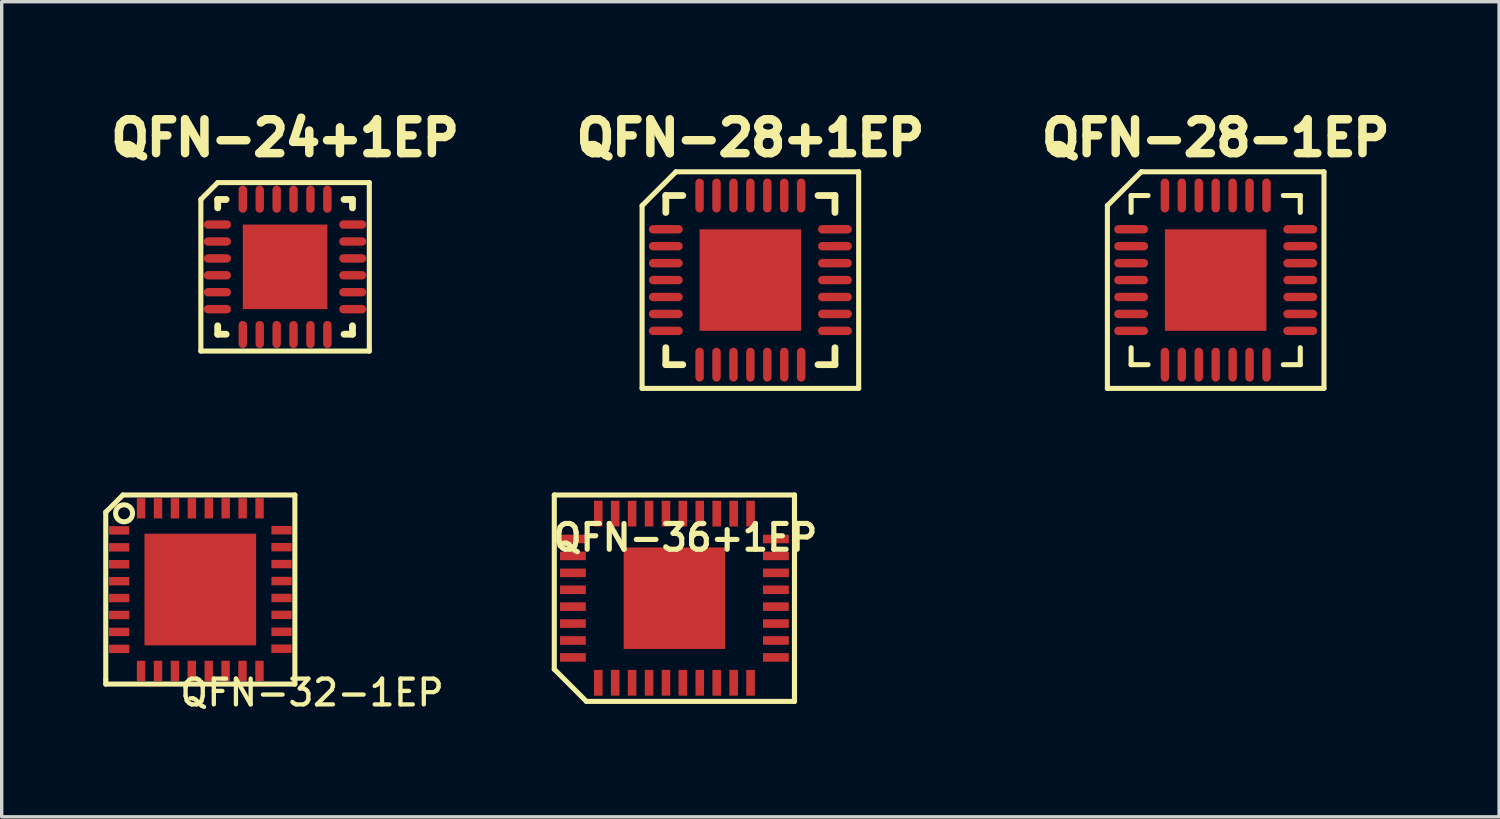
<source format=kicad_pcb>
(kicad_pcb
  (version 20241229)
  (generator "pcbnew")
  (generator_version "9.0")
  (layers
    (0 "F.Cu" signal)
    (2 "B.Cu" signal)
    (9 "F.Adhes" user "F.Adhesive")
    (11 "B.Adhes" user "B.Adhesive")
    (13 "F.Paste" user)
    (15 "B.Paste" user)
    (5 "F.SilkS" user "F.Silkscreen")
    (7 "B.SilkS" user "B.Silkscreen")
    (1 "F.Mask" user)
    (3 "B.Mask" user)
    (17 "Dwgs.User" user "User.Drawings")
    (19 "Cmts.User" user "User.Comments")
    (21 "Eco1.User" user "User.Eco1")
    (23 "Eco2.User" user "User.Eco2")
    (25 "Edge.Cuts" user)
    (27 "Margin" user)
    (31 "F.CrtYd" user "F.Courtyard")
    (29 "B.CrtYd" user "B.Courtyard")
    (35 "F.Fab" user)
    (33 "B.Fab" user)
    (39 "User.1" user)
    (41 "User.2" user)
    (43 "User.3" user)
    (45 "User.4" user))
  (footprint "QFN-24+1EP"
    (layer "F.Cu")
    (at 5.374 4.835)
    (property "Reference" "QFN-24+1EP" (at 0 -3.81 0) (layer "F.SilkS") (effects (font (size 1.001 1.001) (thickness 0.305))))
    (attr through_hole)
    (fp_line (start -2.489 -1.991) (end -2.489 2.489) (stroke (width 0.15) (type solid)) (layer "F.SilkS"))
    (fp_line (start -2.489 -1.991) (end -1.991 -2.489) (stroke (width 0.15) (type solid)) (layer "F.SilkS"))
    (fp_line (start -1.991 -2.489) (end 2.489 -2.489) (stroke (width 0.15) (type solid)) (layer "F.SilkS"))
    (fp_line (start -1.991 -1.991) (end -1.742 -1.991) (stroke (width 0.201) (type solid)) (layer "F.SilkS"))
    (fp_line (start -1.991 -1.742) (end -1.991 -1.991) (stroke (width 0.201) (type solid)) (layer "F.SilkS"))
    (fp_line (start -1.991 1.991) (end -1.991 1.742) (stroke (width 0.201) (type solid)) (layer "F.SilkS"))
    (fp_line (start -1.742 1.991) (end -1.991 1.991) (stroke (width 0.201) (type solid)) (layer "F.SilkS"))
    (fp_line (start 1.742 -1.991) (end 1.991 -1.991) (stroke (width 0.201) (type solid)) (layer "F.SilkS"))
    (fp_line (start 1.991 -1.991) (end 1.991 -1.742) (stroke (width 0.201) (type solid)) (layer "F.SilkS"))
    (fp_line (start 1.991 1.742) (end 1.991 1.991) (stroke (width 0.201) (type solid)) (layer "F.SilkS"))
    (fp_line (start 1.991 1.991) (end 1.742 1.991) (stroke (width 0.201) (type solid)) (layer "F.SilkS"))
    (fp_line (start 2.489 -2.489) (end 2.489 2.489) (stroke (width 0.15) (type solid)) (layer "F.SilkS"))
    (fp_line (start 2.489 2.489) (end -2.489 2.489) (stroke (width 0.15) (type solid)) (layer "F.SilkS"))
    (pad "1" smd oval (at -1.999 -1.25) (size 0.8 0.249) (layers "F.Cu" "F.Mask" "F.Paste"))
    (pad "2" smd oval (at -1.999 -0.749) (size 0.8 0.249) (layers "F.Cu" "F.Mask" "F.Paste"))
    (pad "3" smd oval (at -1.999 -0.249) (size 0.8 0.249) (layers "F.Cu" "F.Mask" "F.Paste"))
    (pad "4" smd oval (at -1.999 0.249) (size 0.8 0.249) (layers "F.Cu" "F.Mask" "F.Paste"))
    (pad "5" smd oval (at -1.999 0.749) (size 0.8 0.249) (layers "F.Cu" "F.Mask" "F.Paste"))
    (pad "6" smd oval (at -1.999 1.25) (size 0.8 0.249) (layers "F.Cu" "F.Mask" "F.Paste"))
    (pad "7" smd oval (at -1.25 1.999 90) (size 0.8 0.249) (layers "F.Cu" "F.Mask" "F.Paste"))
    (pad "8" smd oval (at -0.749 1.999 90) (size 0.8 0.249) (layers "F.Cu" "F.Mask" "F.Paste"))
    (pad "9" smd oval (at -0.249 1.999 90) (size 0.8 0.249) (layers "F.Cu" "F.Mask" "F.Paste"))
    (pad "10" smd oval (at 0.249 1.999 90) (size 0.8 0.249) (layers "F.Cu" "F.Mask" "F.Paste"))
    (pad "11" smd oval (at 0.749 1.999 90) (size 0.8 0.249) (layers "F.Cu" "F.Mask" "F.Paste"))
    (pad "12" smd oval (at 1.25 1.999 90) (size 0.8 0.249) (layers "F.Cu" "F.Mask" "F.Paste"))
    (pad "13" smd oval (at 1.999 1.25 180) (size 0.8 0.249) (layers "F.Cu" "F.Mask" "F.Paste"))
    (pad "14" smd oval (at 1.999 0.749 180) (size 0.8 0.249) (layers "F.Cu" "F.Mask" "F.Paste"))
    (pad "15" smd oval (at 1.999 0.249 180) (size 0.8 0.249) (layers "F.Cu" "F.Mask" "F.Paste"))
    (pad "16" smd oval (at 1.999 -0.249 180) (size 0.8 0.249) (layers "F.Cu" "F.Mask" "F.Paste"))
    (pad "17" smd oval (at 1.999 -0.749 180) (size 0.8 0.249) (layers "F.Cu" "F.Mask" "F.Paste"))
    (pad "18" smd oval (at 1.999 -1.25 180) (size 0.8 0.249) (layers "F.Cu" "F.Mask" "F.Paste"))
    (pad "19" smd oval (at 1.25 -1.999 270) (size 0.8 0.249) (layers "F.Cu" "F.Mask" "F.Paste"))
    (pad "20" smd oval (at 0.749 -1.999 270) (size 0.8 0.249) (layers "F.Cu" "F.Mask" "F.Paste"))
    (pad "21" smd oval (at 0.249 -1.999 270) (size 0.8 0.249) (layers "F.Cu" "F.Mask" "F.Paste"))
    (pad "22" smd oval (at -0.249 -1.999 270) (size 0.8 0.249) (layers "F.Cu" "F.Mask" "F.Paste"))
    (pad "23" smd oval (at -0.749 -1.999 270) (size 0.8 0.249) (layers "F.Cu" "F.Mask" "F.Paste"))
    (pad "24" smd oval (at -1.25 -1.999 270) (size 0.8 0.249) (layers "F.Cu" "F.Mask" "F.Paste"))
    (pad "25" smd rect (at 0 0 270) (size 2.499 2.499) (layers "F.Cu" "F.Mask" "F.Paste")))
  (footprint "QFN-28-1EP"
    (layer "F.Cu")
    (at 32.872 5.226)
    (property "Reference" "QFN-28-1EP" (at 0 -4.201 0) (layer "F.SilkS") (effects (font (size 1.001 1.001) (thickness 0.305))))
    (attr through_hole)
    (fp_line (start -3.2 -2.2) (end -3.2 3.2) (stroke (width 0.15) (type solid)) (layer "F.SilkS"))
    (fp_line (start -3.2 3.2) (end 3.2 3.2) (stroke (width 0.15) (type solid)) (layer "F.SilkS"))
    (fp_line (start -2.499 -2.499) (end -2.499 -1.999) (stroke (width 0.15) (type solid)) (layer "F.SilkS"))
    (fp_line (start -2.499 1.999) (end -2.499 2.499) (stroke (width 0.15) (type solid)) (layer "F.SilkS"))
    (fp_line (start -2.499 2.499) (end -1.999 2.499) (stroke (width 0.15) (type solid)) (layer "F.SilkS"))
    (fp_line (start -2.2 -3.2) (end -3.2 -2.2) (stroke (width 0.15) (type solid)) (layer "F.SilkS"))
    (fp_line (start -1.999 -2.499) (end -2.499 -2.499) (stroke (width 0.15) (type solid)) (layer "F.SilkS"))
    (fp_line (start 1.999 2.499) (end 2.499 2.499) (stroke (width 0.15) (type solid)) (layer "F.SilkS"))
    (fp_line (start 2.499 -2.499) (end 1.999 -2.499) (stroke (width 0.15) (type solid)) (layer "F.SilkS"))
    (fp_line (start 2.499 -1.999) (end 2.499 -2.499) (stroke (width 0.15) (type solid)) (layer "F.SilkS"))
    (fp_line (start 2.499 2.499) (end 2.499 1.999) (stroke (width 0.15) (type solid)) (layer "F.SilkS"))
    (fp_line (start 3.2 -3.2) (end -2.2 -3.2) (stroke (width 0.15) (type solid)) (layer "F.SilkS"))
    (fp_line (start 3.2 3.2) (end 3.2 -3.2) (stroke (width 0.15) (type solid)) (layer "F.SilkS"))
    (pad "1" smd oval (at -2.499 -1.501) (size 1.001 0.249) (layers "F.Cu" "F.Mask" "F.Paste"))
    (pad "2" smd oval (at -2.499 -1.001) (size 1.001 0.249) (layers "F.Cu" "F.Mask" "F.Paste"))
    (pad "3" smd oval (at -2.499 -0.5) (size 1.001 0.249) (layers "F.Cu" "F.Mask" "F.Paste"))
    (pad "4" smd oval (at -2.499 0) (size 1.001 0.249) (layers "F.Cu" "F.Mask" "F.Paste"))
    (pad "5" smd oval (at -2.499 0.5) (size 1.001 0.249) (layers "F.Cu" "F.Mask" "F.Paste"))
    (pad "6" smd oval (at -2.499 1.001) (size 1.001 0.249) (layers "F.Cu" "F.Mask" "F.Paste"))
    (pad "7" smd oval (at -2.499 1.501) (size 1.001 0.249) (layers "F.Cu" "F.Mask" "F.Paste"))
    (pad "8" smd oval (at -1.501 2.499 90) (size 1.001 0.249) (layers "F.Cu" "F.Mask" "F.Paste"))
    (pad "9" smd oval (at -1.001 2.499 90) (size 1.001 0.249) (layers "F.Cu" "F.Mask" "F.Paste"))
    (pad "10" smd oval (at -0.5 2.499 90) (size 1.001 0.249) (layers "F.Cu" "F.Mask" "F.Paste"))
    (pad "11" smd oval (at 0 2.499 90) (size 1.001 0.249) (layers "F.Cu" "F.Mask" "F.Paste"))
    (pad "12" smd oval (at 0.5 2.499 90) (size 1.001 0.249) (layers "F.Cu" "F.Mask" "F.Paste"))
    (pad "13" smd oval (at 1.001 2.499 90) (size 1.001 0.249) (layers "F.Cu" "F.Mask" "F.Paste"))
    (pad "14" smd oval (at 1.501 2.499 90) (size 1.001 0.249) (layers "F.Cu" "F.Mask" "F.Paste"))
    (pad "15" smd oval (at 2.499 1.501 180) (size 1.001 0.249) (layers "F.Cu" "F.Mask" "F.Paste"))
    (pad "16" smd oval (at 2.499 1.001 180) (size 1.001 0.249) (layers "F.Cu" "F.Mask" "F.Paste"))
    (pad "17" smd oval (at 2.499 0.5 180) (size 1.001 0.249) (layers "F.Cu" "F.Mask" "F.Paste"))
    (pad "18" smd oval (at 2.499 0 180) (size 1.001 0.249) (layers "F.Cu" "F.Mask" "F.Paste"))
    (pad "19" smd oval (at 2.499 -0.5 180) (size 1.001 0.249) (layers "F.Cu" "F.Mask" "F.Paste"))
    (pad "20" smd oval (at 2.499 -1.001 180) (size 1.001 0.249) (layers "F.Cu" "F.Mask" "F.Paste"))
    (pad "21" smd oval (at 2.499 -1.501 180) (size 1.001 0.249) (layers "F.Cu" "F.Mask" "F.Paste"))
    (pad "22" smd oval (at 1.501 -2.499 270) (size 1.001 0.249) (layers "F.Cu" "F.Mask" "F.Paste"))
    (pad "23" smd oval (at 1.001 -2.499 270) (size 1.001 0.249) (layers "F.Cu" "F.Mask" "F.Paste"))
    (pad "24" smd oval (at 0.5 -2.499 270) (size 1.001 0.249) (layers "F.Cu" "F.Mask" "F.Paste"))
    (pad "25" smd oval (at 0 -2.499 270) (size 1.001 0.249) (layers "F.Cu" "F.Mask" "F.Paste"))
    (pad "26" smd oval (at -0.5 -2.499 270) (size 1.001 0.249) (layers "F.Cu" "F.Mask" "F.Paste"))
    (pad "27" smd oval (at -1.001 -2.499 270) (size 1.001 0.249) (layers "F.Cu" "F.Mask" "F.Paste"))
    (pad "28" smd oval (at -1.501 -2.499 270) (size 1.001 0.249) (layers "F.Cu" "F.Mask" "F.Paste"))
    (pad "29" smd rect (at 0 0 270) (size 3 3) (layers "F.Cu")))
  (footprint "QFN-36+1EP"
    (layer "F.Cu")
    (at 16.878 14.626)
    (property "Reference" "QFN-36+1EP" (at 0.325 -1.791 0) (layer "F.SilkS") (effects (font (size 0.762 0.762) (thickness 0.152))))
    (attr smd)
    (fp_line (start -3.55 -3.05) (end 3.55 -3.05) (stroke (width 0.15) (type solid)) (layer "F.SilkS"))
    (fp_line (start -3.55 2.1) (end -3.55 -3.05) (stroke (width 0.15) (type solid)) (layer "F.SilkS"))
    (fp_line (start -2.6 3.05) (end -3.55 2.1) (stroke (width 0.15) (type solid)) (layer "F.SilkS"))
    (fp_line (start -2.6 3.05) (end 3.55 3.05) (stroke (width 0.15) (type solid)) (layer "F.SilkS"))
    (fp_line (start 3.548 -3.048) (end 3.548 3.048) (stroke (width 0.152) (type solid)) (layer "F.SilkS"))
    (pad "1" smd rect (at -2.25 2.5) (size 0.254 0.762) (layers "F.Cu" "F.Mask" "F.Paste"))
    (pad "2" smd rect (at -1.75 2.499) (size 0.254 0.762) (layers "F.Cu" "F.Mask" "F.Paste"))
    (pad "3" smd rect (at -1.25 2.499) (size 0.254 0.762) (layers "F.Cu" "F.Mask" "F.Paste"))
    (pad "4" smd rect (at -0.749 2.499) (size 0.254 0.762) (layers "F.Cu" "F.Mask" "F.Paste"))
    (pad "5" smd rect (at -0.249 2.499) (size 0.254 0.762) (layers "F.Cu" "F.Mask" "F.Paste"))
    (pad "6" smd rect (at 0.249 2.499) (size 0.254 0.762) (layers "F.Cu" "F.Mask" "F.Paste"))
    (pad "7" smd rect (at 0.749 2.499) (size 0.254 0.762) (layers "F.Cu" "F.Mask" "F.Paste"))
    (pad "8" smd rect (at 1.25 2.499) (size 0.254 0.762) (layers "F.Cu" "F.Mask" "F.Paste"))
    (pad "9" smd rect (at 1.75 2.499) (size 0.254 0.762) (layers "F.Cu" "F.Mask" "F.Paste"))
    (pad "10" smd rect (at 2.25 2.5) (size 0.254 0.762) (layers "F.Cu" "F.Mask" "F.Paste"))
    (pad "11" smd rect (at 2.999 1.75 90) (size 0.254 0.762) (layers "F.Cu" "F.Mask" "F.Paste"))
    (pad "12" smd rect (at 2.999 1.25 90) (size 0.254 0.762) (layers "F.Cu" "F.Mask" "F.Paste"))
    (pad "13" smd rect (at 2.999 0.749 90) (size 0.254 0.762) (layers "F.Cu" "F.Mask" "F.Paste"))
    (pad "14" smd rect (at 2.999 0.249 90) (size 0.254 0.762) (layers "F.Cu" "F.Mask" "F.Paste"))
    (pad "15" smd rect (at 2.999 -0.249 90) (size 0.254 0.762) (layers "F.Cu" "F.Mask" "F.Paste"))
    (pad "16" smd rect (at 2.999 -0.749 90) (size 0.254 0.762) (layers "F.Cu" "F.Mask" "F.Paste"))
    (pad "17" smd rect (at 2.999 -1.25 90) (size 0.254 0.762) (layers "F.Cu" "F.Mask" "F.Paste"))
    (pad "18" smd rect (at 2.999 -1.75 90) (size 0.254 0.762) (layers "F.Cu" "F.Mask" "F.Paste"))
    (pad "19" smd rect (at 2.25 -2.5) (size 0.254 0.762) (layers "F.Cu" "F.Mask" "F.Paste"))
    (pad "20" smd rect (at 1.75 -2.499) (size 0.254 0.762) (layers "F.Cu" "F.Mask" "F.Paste"))
    (pad "21" smd rect (at 1.25 -2.499) (size 0.254 0.762) (layers "F.Cu" "F.Mask" "F.Paste"))
    (pad "22" smd rect (at 0.749 -2.499) (size 0.254 0.762) (layers "F.Cu" "F.Mask" "F.Paste"))
    (pad "23" smd rect (at 0.249 -2.499) (size 0.254 0.762) (layers "F.Cu" "F.Mask" "F.Paste"))
    (pad "24" smd rect (at -0.249 -2.499) (size 0.254 0.762) (layers "F.Cu" "F.Mask" "F.Paste"))
    (pad "25" smd rect (at -0.749 -2.499) (size 0.254 0.762) (layers "F.Cu" "F.Mask" "F.Paste"))
    (pad "26" smd rect (at -1.25 -2.499) (size 0.254 0.762) (layers "F.Cu" "F.Mask" "F.Paste"))
    (pad "27" smd rect (at -1.75 -2.499) (size 0.254 0.762) (layers "F.Cu" "F.Mask" "F.Paste"))
    (pad "28" smd rect (at -2.25 -2.5) (size 0.254 0.762) (layers "F.Cu" "F.Mask" "F.Paste"))
    (pad "29" smd rect (at -2.999 -1.75 90) (size 0.254 0.762) (layers "F.Cu" "F.Mask" "F.Paste"))
    (pad "30" smd rect (at -2.999 -1.25 90) (size 0.254 0.762) (layers "F.Cu" "F.Mask" "F.Paste"))
    (pad "31" smd rect (at -2.999 -0.749 90) (size 0.254 0.762) (layers "F.Cu" "F.Mask" "F.Paste"))
    (pad "32" smd rect (at -2.999 -0.249 90) (size 0.254 0.762) (layers "F.Cu" "F.Mask" "F.Paste"))
    (pad "33" smd rect (at -2.999 0.249 90) (size 0.254 0.762) (layers "F.Cu" "F.Mask" "F.Paste"))
    (pad "34" smd rect (at -2.999 0.749 90) (size 0.254 0.762) (layers "F.Cu" "F.Mask" "F.Paste"))
    (pad "35" smd rect (at -2.999 1.25 90) (size 0.254 0.762) (layers "F.Cu" "F.Mask" "F.Paste"))
    (pad "36" smd rect (at -2.999 1.75 90) (size 0.254 0.762) (layers "F.Cu" "F.Mask" "F.Paste"))
    (pad "37" smd rect (at 0 0) (size 3 3) (layers "F.Cu" "F.Mask" "F.Paste")))
  (footprint "QFN-28+1EP"
    (layer "F.Cu")
    (at 19.123 5.226)
    (property "Reference" "QFN-28+1EP" (at 0 -4.201 0) (layer "F.SilkS") (effects (font (size 1.001 1.001) (thickness 0.305))))
    (attr through_hole)
    (fp_line (start -3.2 -2.2) (end -3.2 3.2) (stroke (width 0.15) (type solid)) (layer "F.SilkS"))
    (fp_line (start -3.2 3.2) (end 3.2 3.2) (stroke (width 0.15) (type solid)) (layer "F.SilkS"))
    (fp_line (start -2.499 -2.499) (end -2.499 -1.999) (stroke (width 0.201) (type solid)) (layer "F.SilkS"))
    (fp_line (start -2.499 1.999) (end -2.499 2.499) (stroke (width 0.201) (type solid)) (layer "F.SilkS"))
    (fp_line (start -2.499 2.499) (end -1.999 2.499) (stroke (width 0.201) (type solid)) (layer "F.SilkS"))
    (fp_line (start -2.2 -3.2) (end -3.2 -2.2) (stroke (width 0.15) (type solid)) (layer "F.SilkS"))
    (fp_line (start -1.999 -2.499) (end -2.499 -2.499) (stroke (width 0.201) (type solid)) (layer "F.SilkS"))
    (fp_line (start 1.999 2.499) (end 2.499 2.499) (stroke (width 0.201) (type solid)) (layer "F.SilkS"))
    (fp_line (start 2.499 -2.499) (end 1.999 -2.499) (stroke (width 0.201) (type solid)) (layer "F.SilkS"))
    (fp_line (start 2.499 -1.999) (end 2.499 -2.499) (stroke (width 0.201) (type solid)) (layer "F.SilkS"))
    (fp_line (start 2.499 2.499) (end 2.499 1.999) (stroke (width 0.201) (type solid)) (layer "F.SilkS"))
    (fp_line (start 3.2 -3.2) (end -2.2 -3.2) (stroke (width 0.15) (type solid)) (layer "F.SilkS"))
    (fp_line (start 3.2 3.2) (end 3.2 -3.2) (stroke (width 0.15) (type solid)) (layer "F.SilkS"))
    (pad "1" smd oval (at -2.499 -1.501) (size 1.001 0.249) (layers "F.Cu" "F.Mask" "F.Paste"))
    (pad "2" smd oval (at -2.499 -1.001) (size 1.001 0.249) (layers "F.Cu" "F.Mask" "F.Paste"))
    (pad "3" smd oval (at -2.499 -0.5) (size 1.001 0.249) (layers "F.Cu" "F.Mask" "F.Paste"))
    (pad "4" smd oval (at -2.499 0) (size 1.001 0.249) (layers "F.Cu" "F.Mask" "F.Paste"))
    (pad "5" smd oval (at -2.499 0.5) (size 1.001 0.249) (layers "F.Cu" "F.Mask" "F.Paste"))
    (pad "6" smd oval (at -2.499 1.001) (size 1.001 0.249) (layers "F.Cu" "F.Mask" "F.Paste"))
    (pad "7" smd oval (at -2.499 1.501) (size 1.001 0.249) (layers "F.Cu" "F.Mask" "F.Paste"))
    (pad "8" smd oval (at -1.501 2.499 90) (size 1.001 0.249) (layers "F.Cu" "F.Mask" "F.Paste"))
    (pad "9" smd oval (at -1.001 2.499 90) (size 1.001 0.249) (layers "F.Cu" "F.Mask" "F.Paste"))
    (pad "10" smd oval (at -0.5 2.499 90) (size 1.001 0.249) (layers "F.Cu" "F.Mask" "F.Paste"))
    (pad "11" smd oval (at 0 2.499 90) (size 1.001 0.249) (layers "F.Cu" "F.Mask" "F.Paste"))
    (pad "12" smd oval (at 0.5 2.499 90) (size 1.001 0.249) (layers "F.Cu" "F.Mask" "F.Paste"))
    (pad "13" smd oval (at 1.001 2.499 90) (size 1.001 0.249) (layers "F.Cu" "F.Mask" "F.Paste"))
    (pad "14" smd oval (at 1.501 2.499 90) (size 1.001 0.249) (layers "F.Cu" "F.Mask" "F.Paste"))
    (pad "15" smd oval (at 2.499 1.501 180) (size 1.001 0.249) (layers "F.Cu" "F.Mask" "F.Paste"))
    (pad "16" smd oval (at 2.499 1.001 180) (size 1.001 0.249) (layers "F.Cu" "F.Mask" "F.Paste"))
    (pad "17" smd oval (at 2.499 0.5 180) (size 1.001 0.249) (layers "F.Cu" "F.Mask" "F.Paste"))
    (pad "18" smd oval (at 2.499 0 180) (size 1.001 0.249) (layers "F.Cu" "F.Mask" "F.Paste"))
    (pad "19" smd oval (at 2.499 -0.5 180) (size 1.001 0.249) (layers "F.Cu" "F.Mask" "F.Paste"))
    (pad "20" smd oval (at 2.499 -1.001 180) (size 1.001 0.249) (layers "F.Cu" "F.Mask" "F.Paste"))
    (pad "21" smd oval (at 2.499 -1.501 180) (size 1.001 0.249) (layers "F.Cu" "F.Mask" "F.Paste"))
    (pad "22" smd oval (at 1.501 -2.499 270) (size 1.001 0.249) (layers "F.Cu" "F.Mask" "F.Paste"))
    (pad "23" smd oval (at 1.001 -2.499 270) (size 1.001 0.249) (layers "F.Cu" "F.Mask" "F.Paste"))
    (pad "24" smd oval (at 0.5 -2.499 270) (size 1.001 0.249) (layers "F.Cu" "F.Mask" "F.Paste"))
    (pad "25" smd oval (at 0 -2.499 270) (size 1.001 0.249) (layers "F.Cu" "F.Mask" "F.Paste"))
    (pad "26" smd oval (at -0.5 -2.499 270) (size 1.001 0.249) (layers "F.Cu" "F.Mask" "F.Paste"))
    (pad "27" smd oval (at -1.001 -2.499 270) (size 1.001 0.249) (layers "F.Cu" "F.Mask" "F.Paste"))
    (pad "28" smd oval (at -1.501 -2.499 270) (size 1.001 0.249) (layers "F.Cu" "F.Mask" "F.Paste"))
    (pad "29" smd rect (at 0 0 270) (size 3 3) (layers "F.Cu")))
  (footprint "QFN-32-1EP"
    (layer "F.Cu")
    (at 2.869 14.37)
    (property "Reference" "QFN-32-1EP" (at 3.302 3.048 0) (layer "F.SilkS") (effects (font (size 0.762 0.762) (thickness 0.127))))
    (attr smd)
    (fp_line (start -2.794 -2.286) (end -2.286 -2.794) (stroke (width 0.15) (type solid)) (layer "F.SilkS"))
    (fp_line (start -2.794 2.667) (end -2.794 -2.286) (stroke (width 0.15) (type solid)) (layer "F.SilkS"))
    (fp_line (start -2.794 2.794) (end -2.794 2.667) (stroke (width 0.15) (type solid)) (layer "F.SilkS"))
    (fp_line (start -2.286 -2.794) (end 2.794 -2.794) (stroke (width 0.15) (type solid)) (layer "F.SilkS"))
    (fp_line (start 2.794 -2.794) (end 2.794 2.794) (stroke (width 0.15) (type solid)) (layer "F.SilkS"))
    (fp_line (start 2.794 2.794) (end -2.794 2.794) (stroke (width 0.15) (type solid)) (layer "F.SilkS"))
    (fp_circle (center -2.253 -2.253) (end -2.253 -2.504) (stroke (width 0.15) (type solid)) (fill no) (layer "F.SilkS"))
    (pad "1" smd rect (at -2.398 -1.748) (size 0.599 0.249) (layers "F.Cu" "F.Mask" "F.Paste"))
    (pad "2" smd rect (at -2.398 -1.247) (size 0.599 0.249) (layers "F.Cu" "F.Mask" "F.Paste"))
    (pad "3" smd rect (at -2.398 -0.747) (size 0.599 0.249) (layers "F.Cu" "F.Mask" "F.Paste"))
    (pad "4" smd rect (at -2.398 -0.246) (size 0.599 0.249) (layers "F.Cu" "F.Mask" "F.Paste"))
    (pad "5" smd rect (at -2.398 0.251) (size 0.599 0.249) (layers "F.Cu" "F.Mask" "F.Paste"))
    (pad "6" smd rect (at -2.398 0.752) (size 0.599 0.249) (layers "F.Cu" "F.Mask" "F.Paste"))
    (pad "7" smd rect (at -2.398 1.252) (size 0.599 0.249) (layers "F.Cu" "F.Mask" "F.Paste"))
    (pad "8" smd rect (at -2.398 1.753) (size 0.599 0.249) (layers "F.Cu" "F.Mask" "F.Paste"))
    (pad "9" smd rect (at -1.75 2.403) (size 0.249 0.599) (layers "F.Cu" "F.Mask" "F.Paste"))
    (pad "10" smd rect (at -1.25 2.403) (size 0.249 0.599) (layers "F.Cu" "F.Mask" "F.Paste"))
    (pad "11" smd rect (at -0.749 2.403) (size 0.249 0.599) (layers "F.Cu" "F.Mask" "F.Paste"))
    (pad "12" smd rect (at -0.251 2.403) (size 0.249 0.599) (layers "F.Cu" "F.Mask" "F.Paste"))
    (pad "13" smd rect (at 0.249 2.403) (size 0.249 0.599) (layers "F.Cu" "F.Mask" "F.Paste"))
    (pad "14" smd rect (at 0.747 2.403) (size 0.249 0.599) (layers "F.Cu" "F.Mask" "F.Paste"))
    (pad "15" smd rect (at 1.247 2.403) (size 0.249 0.599) (layers "F.Cu" "F.Mask" "F.Paste"))
    (pad "16" smd rect (at 1.748 2.403) (size 0.249 0.599) (layers "F.Cu" "F.Mask" "F.Paste"))
    (pad "17" smd rect (at 2.398 1.748) (size 0.599 0.249) (layers "F.Cu" "F.Mask" "F.Paste"))
    (pad "18" smd rect (at 2.4 1.247) (size 0.599 0.249) (layers "F.Cu" "F.Mask" "F.Paste"))
    (pad "19" smd rect (at 2.4 0.749) (size 0.599 0.249) (layers "F.Cu" "F.Mask" "F.Paste"))
    (pad "20" smd rect (at 2.4 0.249) (size 0.599 0.249) (layers "F.Cu" "F.Mask" "F.Paste"))
    (pad "21" smd rect (at 2.4 -0.251) (size 0.599 0.249) (layers "F.Cu" "F.Mask" "F.Paste"))
    (pad "22" smd rect (at 2.4 -0.752) (size 0.599 0.249) (layers "F.Cu" "F.Mask" "F.Paste"))
    (pad "23" smd rect (at 2.4 -1.252) (size 0.599 0.249) (layers "F.Cu" "F.Mask" "F.Paste"))
    (pad "24" smd rect (at 2.4 -1.753) (size 0.599 0.249) (layers "F.Cu" "F.Mask" "F.Paste"))
    (pad "25" smd rect (at 1.75 -2.4) (size 0.249 0.599) (layers "F.Cu" "F.Mask" "F.Paste"))
    (pad "26" smd rect (at 1.25 -2.4) (size 0.249 0.599) (layers "F.Cu" "F.Mask" "F.Paste"))
    (pad "27" smd rect (at 0.749 -2.4) (size 0.249 0.599) (layers "F.Cu" "F.Mask" "F.Paste"))
    (pad "28" smd rect (at 0.251 -2.4) (size 0.249 0.599) (layers "F.Cu" "F.Mask" "F.Paste"))
    (pad "29" smd rect (at -0.249 -2.4) (size 0.249 0.599) (layers "F.Cu" "F.Mask" "F.Paste"))
    (pad "30" smd rect (at -0.749 -2.4) (size 0.249 0.599) (layers "F.Cu" "F.Mask" "F.Paste"))
    (pad "31" smd rect (at -1.25 -2.4) (size 0.249 0.599) (layers "F.Cu" "F.Mask" "F.Paste"))
    (pad "32" smd rect (at -1.75 -2.4) (size 0.249 0.599) (layers "F.Cu" "F.Mask" "F.Paste"))
    (pad "33" smd rect (at 0 0) (size 3.299 3.299) (layers "F.Cu" "F.Mask" "F.Paste")))
  (gr_rect
    (start -3 -3)
    (end 41.246 21.087)
    (stroke (width 0.1) (type default))
    (fill no)
    (layer "Edge.Cuts")))
</source>
